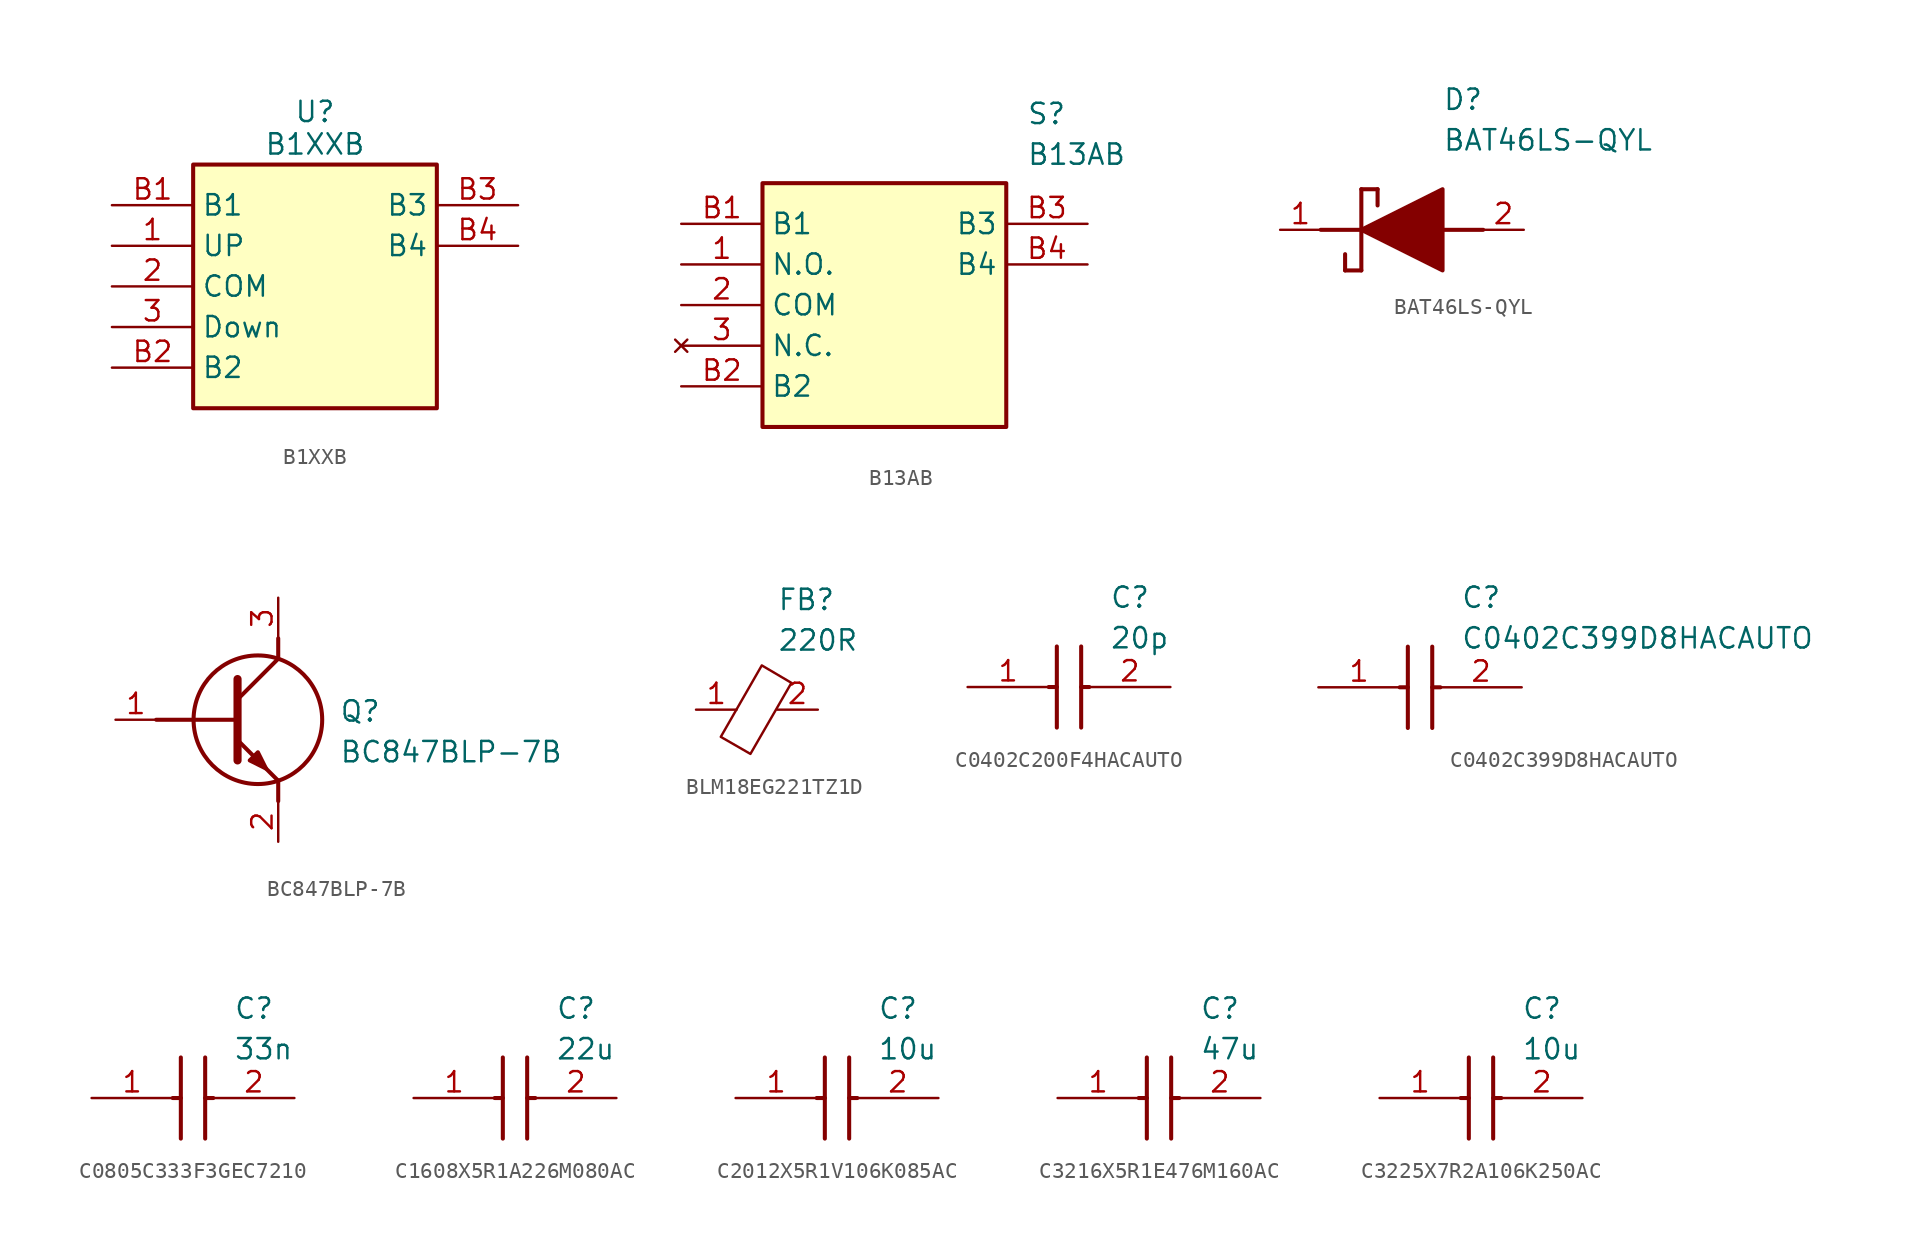
<source format=kicad_sym>
(kicad_symbol_lib
  (version 20231120)
  (generator "kicad_symbol_editor")
  (generator_version "8.0")
  (symbol "B1XXB"
    (property "Reference" "U"
      (at 12.7 5.842 0)
      (effects (font (size 1.27 1.27))))
    (property "Value" "B1XXB"
      (at 12.7 3.81 0)
      (effects (font (size 1.27 1.27))))
    (symbol "B1XXB_1_1"
      (rectangle (start 5.08 2.54) (end 20.32 -12.7) (stroke (width 0.254) (type default)) (fill (type background)))
      (pin passive line (at 0 -2.54 0) (length 5.08) (name "UP" (effects (font (size 1.27 1.27)))) (number "1" (effects (font (size 1.27 1.27)))))
      (pin passive line (at 0 -5.08 0) (length 5.08) (name "COM" (effects (font (size 1.27 1.27)))) (number "2" (effects (font (size 1.27 1.27)))))
      (pin passive line (at 0 -7.62 0) (length 5.08) (name "Down" (effects (font (size 1.27 1.27)))) (number "3" (effects (font (size 1.27 1.27)))))
      (pin passive line (at 0 0 0) (length 5.08) (name "B1" (effects (font (size 1.27 1.27)))) (number "B1" (effects (font (size 1.27 1.27)))))
      (pin passive line (at 0 -10.16 0) (length 5.08) (name "B2" (effects (font (size 1.27 1.27)))) (number "B2" (effects (font (size 1.27 1.27)))))
      (pin passive line (at 25.4 0 180) (length 5.08) (name "B3" (effects (font (size 1.27 1.27)))) (number "B3" (effects (font (size 1.27 1.27)))))
      (pin passive line (at 25.4 -2.54 180) (length 5.08) (name "B4" (effects (font (size 1.27 1.27)))) (number "B4" (effects (font (size 1.27 1.27)))))))
  (symbol "B13AB"
    (property "Reference" "S"
      (at 21.59 7.62 0)
      (effects (font (size 1.27 1.27)) (justify left top)))
    (property "Value" "B13AB"
      (at 21.59 5.08 0)
      (effects (font (size 1.27 1.27)) (justify left top)))
    (symbol "B13AB_1_1"
      (rectangle (start 5.08 2.54) (end 20.32 -12.7) (stroke (width 0.254) (type default)) (fill (type background)))
      (pin passive line (at 0 -2.54 0) (length 5.08) (name "N.O." (effects (font (size 1.27 1.27)))) (number "1" (effects (font (size 1.27 1.27)))))
      (pin passive line (at 0 -5.08 0) (length 5.08) (name "COM" (effects (font (size 1.27 1.27)))) (number "2" (effects (font (size 1.27 1.27)))))
      (pin no_connect line (at 0 -7.62 0) (length 5.08) (name "N.C." (effects (font (size 1.27 1.27)))) (number "3" (effects (font (size 1.27 1.27)))))
      (pin passive line (at 0 0 0) (length 5.08) (name "B1" (effects (font (size 1.27 1.27)))) (number "B1" (effects (font (size 1.27 1.27)))))
      (pin passive line (at 0 -10.16 0) (length 5.08) (name "B2" (effects (font (size 1.27 1.27)))) (number "B2" (effects (font (size 1.27 1.27)))))
      (pin passive line (at 25.4 0 180) (length 5.08) (name "B3" (effects (font (size 1.27 1.27)))) (number "B3" (effects (font (size 1.27 1.27)))))
      (pin passive line (at 25.4 -2.54 180) (length 5.08) (name "B4" (effects (font (size 1.27 1.27)))) (number "B4" (effects (font (size 1.27 1.27)))))))
  (symbol "BAT46LS-QYL"
    (pin_names hide)
    (property "Reference" "D"
      (at 12.7 8.89 0)
      (effects (font (size 1.27 1.27)) (justify left top)))
    (property "Value" "BAT46LS-QYL"
      (at 12.7 6.35 0)
      (effects (font (size 1.27 1.27)) (justify left top)))
    (symbol "BAT46LS-QYL_1_1"
      (polyline (pts (xy 5.08 0) (xy 7.62 0)) (stroke (width 0.254) (type default)) (fill (type none)))
      (polyline (pts (xy 6.604 -1.524) (xy 6.604 -2.54)) (stroke (width 0.254) (type default)) (fill (type none)))
      (polyline (pts (xy 7.62 -2.54) (xy 6.604 -2.54)) (stroke (width 0.254) (type default)) (fill (type none)))
      (polyline (pts (xy 7.62 2.54) (xy 7.62 -2.54)) (stroke (width 0.254) (type default)) (fill (type none)))
      (polyline (pts (xy 7.62 2.54) (xy 8.636 2.54)) (stroke (width 0.254) (type default)) (fill (type none)))
      (polyline (pts (xy 8.636 1.524) (xy 8.636 2.54)) (stroke (width 0.254) (type default)) (fill (type none)))
      (polyline (pts (xy 12.7 0) (xy 15.24 0)) (stroke (width 0.254) (type default)) (fill (type none)))
      (polyline (pts (xy 7.62 0) (xy 12.7 2.54) (xy 12.7 -2.54) (xy 7.62 0)) (stroke (width 0.254) (type default)) (fill (type outline)))
      (pin passive line (at 2.54 0 0) (length 2.54) (name "K" (effects (font (size 1.27 1.27)))) (number "1" (effects (font (size 1.27 1.27)))))
      (pin passive line (at 17.78 0 180) (length 2.54) (name "A" (effects (font (size 1.27 1.27)))) (number "2" (effects (font (size 1.27 1.27)))))))
  (symbol "BC847BLP-7B"
    (pin_names hide)
    (property "Reference" "Q"
      (at 13.97 1.27 0)
      (effects (font (size 1.27 1.27)) (justify left top)))
    (property "Value" "BC847BLP-7B"
      (at 13.97 -1.27 0)
      (effects (font (size 1.27 1.27)) (justify left top)))
    (symbol "BC847BLP-7B_1_1"
      (polyline (pts (xy 2.54 0) (xy 7.62 0)) (stroke (width 0.254) (type default)) (fill (type none)))
      (polyline (pts (xy 7.62 -1.27) (xy 10.16 -3.81)) (stroke (width 0.254) (type default)) (fill (type none)))
      (polyline (pts (xy 7.62 1.27) (xy 10.16 3.81)) (stroke (width 0.254) (type default)) (fill (type none)))
      (polyline (pts (xy 7.62 2.54) (xy 7.62 -2.54)) (stroke (width 0.508) (type default)) (fill (type none)))
      (polyline (pts (xy 10.16 -3.81) (xy 10.16 -5.08)) (stroke (width 0.254) (type default)) (fill (type none)))
      (polyline (pts (xy 10.16 3.81) (xy 10.16 5.08)) (stroke (width 0.254) (type default)) (fill (type none)))
      (polyline (pts (xy 8.382 -2.54) (xy 8.89 -2.032) (xy 9.398 -3.048) (xy 8.382 -2.54)) (stroke (width 0.254) (type default)) (fill (type outline)))
      (circle (center 8.89 0) (radius 4.016) (stroke (width 0.254) (type default)) (fill (type none)))
      (pin passive line (at 0 0 0) (length 2.54) (name "B" (effects (font (size 1.27 1.27)))) (number "1" (effects (font (size 1.27 1.27)))))
      (pin passive line (at 10.16 -7.62 90) (length 2.54) (name "E" (effects (font (size 1.27 1.27)))) (number "2" (effects (font (size 1.27 1.27)))))
      (pin passive line (at 10.16 7.62 270) (length 2.54) (name "C" (effects (font (size 1.27 1.27)))) (number "3" (effects (font (size 1.27 1.27)))))))
  (symbol "BLM18EG221TZ1D"
    (property "Reference" "FB"
      (at 5.08 7.62 0)
      (effects (font (size 1.27 1.27)) (justify left top)))
    (property "Value" "220R"
      (at 5.08 5.08 0)
      (effects (font (size 1.27 1.27)) (justify left top)))
    (symbol "BLM18EG221TZ1D_0_1"
      (polyline (pts (xy 3.404 -2.769) (xy 1.549 -1.702) (xy 4.115 2.769) (xy 5.969 1.676) (xy 3.404 -2.769)) (stroke (width 0) (type default)) (fill (type none))))
    (symbol "BLM18EG221TZ1D_1_1"
      (pin passive line (at 0 0 0) (length 2.54) (name "~" (effects (font (size 1.27 1.27)))) (number "1" (effects (font (size 1.27 1.27)))))
      (pin passive line (at 7.62 0 180) (length 2.54) (name "~" (effects (font (size 1.27 1.27)))) (number "2" (effects (font (size 1.27 1.27)))))))
  (symbol "C0402C200F4HACAUTO"
    (pin_names hide)
    (property "Reference" "C"
      (at 8.89 6.35 0)
      (effects (font (size 1.27 1.27)) (justify left top)))
    (property "Value" "20p"
      (at 8.89 3.81 0)
      (effects (font (size 1.27 1.27)) (justify left top)))
    (symbol "C0402C200F4HACAUTO_1_1"
      (polyline (pts (xy 5.08 0) (xy 5.588 0)) (stroke (width 0.254) (type default)) (fill (type none)))
      (polyline (pts (xy 5.588 2.54) (xy 5.588 -2.54)) (stroke (width 0.254) (type default)) (fill (type none)))
      (polyline (pts (xy 7.112 0) (xy 7.62 0)) (stroke (width 0.254) (type default)) (fill (type none)))
      (polyline (pts (xy 7.112 2.54) (xy 7.112 -2.54)) (stroke (width 0.254) (type default)) (fill (type none)))
      (pin passive line (at 0 0 0) (length 5.08) (name "1" (effects (font (size 1.27 1.27)))) (number "1" (effects (font (size 1.27 1.27)))))
      (pin passive line (at 12.7 0 180) (length 5.08) (name "2" (effects (font (size 1.27 1.27)))) (number "2" (effects (font (size 1.27 1.27)))))))
  (symbol "C0402C399D8HACAUTO"
    (pin_names hide)
    (property "Reference" "C"
      (at 8.89 6.35 0)
      (effects (font (size 1.27 1.27)) (justify left top)))
    (property "Value" "C0402C399D8HACAUTO"
      (at 8.89 3.81 0)
      (effects (font (size 1.27 1.27)) (justify left top)))
    (symbol "C0402C399D8HACAUTO_1_1"
      (polyline (pts (xy 5.08 0) (xy 5.588 0)) (stroke (width 0.254) (type default)) (fill (type none)))
      (polyline (pts (xy 5.588 2.54) (xy 5.588 -2.54)) (stroke (width 0.254) (type default)) (fill (type none)))
      (polyline (pts (xy 7.112 0) (xy 7.62 0)) (stroke (width 0.254) (type default)) (fill (type none)))
      (polyline (pts (xy 7.112 2.54) (xy 7.112 -2.54)) (stroke (width 0.254) (type default)) (fill (type none)))
      (pin passive line (at 0 0 0) (length 5.08) (name "1" (effects (font (size 1.27 1.27)))) (number "1" (effects (font (size 1.27 1.27)))))
      (pin passive line (at 12.7 0 180) (length 5.08) (name "2" (effects (font (size 1.27 1.27)))) (number "2" (effects (font (size 1.27 1.27)))))))
  (symbol "C0805C333F3GEC7210"
    (pin_names hide)
    (property "Reference" "C"
      (at 8.89 6.35 0)
      (effects (font (size 1.27 1.27)) (justify left top)))
    (property "Value" "33n"
      (at 8.89 3.81 0)
      (effects (font (size 1.27 1.27)) (justify left top)))
    (symbol "C0805C333F3GEC7210_1_1"
      (polyline (pts (xy 5.08 0) (xy 5.588 0)) (stroke (width 0.254) (type default)) (fill (type none)))
      (polyline (pts (xy 5.588 2.54) (xy 5.588 -2.54)) (stroke (width 0.254) (type default)) (fill (type none)))
      (polyline (pts (xy 7.112 0) (xy 7.62 0)) (stroke (width 0.254) (type default)) (fill (type none)))
      (polyline (pts (xy 7.112 2.54) (xy 7.112 -2.54)) (stroke (width 0.254) (type default)) (fill (type none)))
      (pin passive line (at 0 0 0) (length 5.08) (name "1" (effects (font (size 1.27 1.27)))) (number "1" (effects (font (size 1.27 1.27)))))
      (pin passive line (at 12.7 0 180) (length 5.08) (name "2" (effects (font (size 1.27 1.27)))) (number "2" (effects (font (size 1.27 1.27)))))))
  (symbol "C1608X5R1A226M080AC"
    (pin_names hide)
    (property "Reference" "C"
      (at 8.89 6.35 0)
      (effects (font (size 1.27 1.27)) (justify left top)))
    (property "Value" "22u"
      (at 8.89 3.81 0)
      (effects (font (size 1.27 1.27)) (justify left top)))
    (symbol "C1608X5R1A226M080AC_1_1"
      (polyline (pts (xy 5.08 0) (xy 5.588 0)) (stroke (width 0.254) (type default)) (fill (type none)))
      (polyline (pts (xy 5.588 2.54) (xy 5.588 -2.54)) (stroke (width 0.254) (type default)) (fill (type none)))
      (polyline (pts (xy 7.112 0) (xy 7.62 0)) (stroke (width 0.254) (type default)) (fill (type none)))
      (polyline (pts (xy 7.112 2.54) (xy 7.112 -2.54)) (stroke (width 0.254) (type default)) (fill (type none)))
      (pin passive line (at 0 0 0) (length 5.08) (name "1" (effects (font (size 1.27 1.27)))) (number "1" (effects (font (size 1.27 1.27)))))
      (pin passive line (at 12.7 0 180) (length 5.08) (name "2" (effects (font (size 1.27 1.27)))) (number "2" (effects (font (size 1.27 1.27)))))))
  (symbol "C2012X5R1V106K085AC"
    (pin_names hide)
    (property "Reference" "C"
      (at 8.89 6.35 0)
      (effects (font (size 1.27 1.27)) (justify left top)))
    (property "Value" "10u"
      (at 8.89 3.81 0)
      (effects (font (size 1.27 1.27)) (justify left top)))
    (symbol "C2012X5R1V106K085AC_1_1"
      (polyline (pts (xy 5.08 0) (xy 5.588 0)) (stroke (width 0.254) (type default)) (fill (type none)))
      (polyline (pts (xy 5.588 2.54) (xy 5.588 -2.54)) (stroke (width 0.254) (type default)) (fill (type none)))
      (polyline (pts (xy 7.112 0) (xy 7.62 0)) (stroke (width 0.254) (type default)) (fill (type none)))
      (polyline (pts (xy 7.112 2.54) (xy 7.112 -2.54)) (stroke (width 0.254) (type default)) (fill (type none)))
      (pin passive line (at 0 0 0) (length 5.08) (name "1" (effects (font (size 1.27 1.27)))) (number "1" (effects (font (size 1.27 1.27)))))
      (pin passive line (at 12.7 0 180) (length 5.08) (name "2" (effects (font (size 1.27 1.27)))) (number "2" (effects (font (size 1.27 1.27)))))))
  (symbol "C3216X5R1E476M160AC"
    (pin_names hide)
    (property "Reference" "C"
      (at 8.89 6.35 0)
      (effects (font (size 1.27 1.27)) (justify left top)))
    (property "Value" "47u"
      (at 8.89 3.81 0)
      (effects (font (size 1.27 1.27)) (justify left top)))
    (symbol "C3216X5R1E476M160AC_1_1"
      (polyline (pts (xy 5.08 0) (xy 5.588 0)) (stroke (width 0.254) (type default)) (fill (type none)))
      (polyline (pts (xy 5.588 2.54) (xy 5.588 -2.54)) (stroke (width 0.254) (type default)) (fill (type none)))
      (polyline (pts (xy 7.112 0) (xy 7.62 0)) (stroke (width 0.254) (type default)) (fill (type none)))
      (polyline (pts (xy 7.112 2.54) (xy 7.112 -2.54)) (stroke (width 0.254) (type default)) (fill (type none)))
      (pin passive line (at 0 0 0) (length 5.08) (name "1" (effects (font (size 1.27 1.27)))) (number "1" (effects (font (size 1.27 1.27)))))
      (pin passive line (at 12.7 0 180) (length 5.08) (name "2" (effects (font (size 1.27 1.27)))) (number "2" (effects (font (size 1.27 1.27)))))))
  (symbol "C3225X7R2A106K250AC"
    (pin_names hide)
    (property "Reference" "C"
      (at 8.89 6.35 0)
      (effects (font (size 1.27 1.27)) (justify left top)))
    (property "Value" "10u"
      (at 8.89 3.81 0)
      (effects (font (size 1.27 1.27)) (justify left top)))
    (symbol "C3225X7R2A106K250AC_1_1"
      (polyline (pts (xy 5.08 0) (xy 5.588 0)) (stroke (width 0.254) (type default)) (fill (type none)))
      (polyline (pts (xy 5.588 2.54) (xy 5.588 -2.54)) (stroke (width 0.254) (type default)) (fill (type none)))
      (polyline (pts (xy 7.112 0) (xy 7.62 0)) (stroke (width 0.254) (type default)) (fill (type none)))
      (polyline (pts (xy 7.112 2.54) (xy 7.112 -2.54)) (stroke (width 0.254) (type default)) (fill (type none)))
      (pin passive line (at 0 0 0) (length 5.08) (name "1" (effects (font (size 1.27 1.27)))) (number "1" (effects (font (size 1.27 1.27)))))
      (pin passive line (at 12.7 0 180) (length 5.08) (name "2" (effects (font (size 1.27 1.27)))) (number "2" (effects (font (size 1.27 1.27))))))))
</source>
